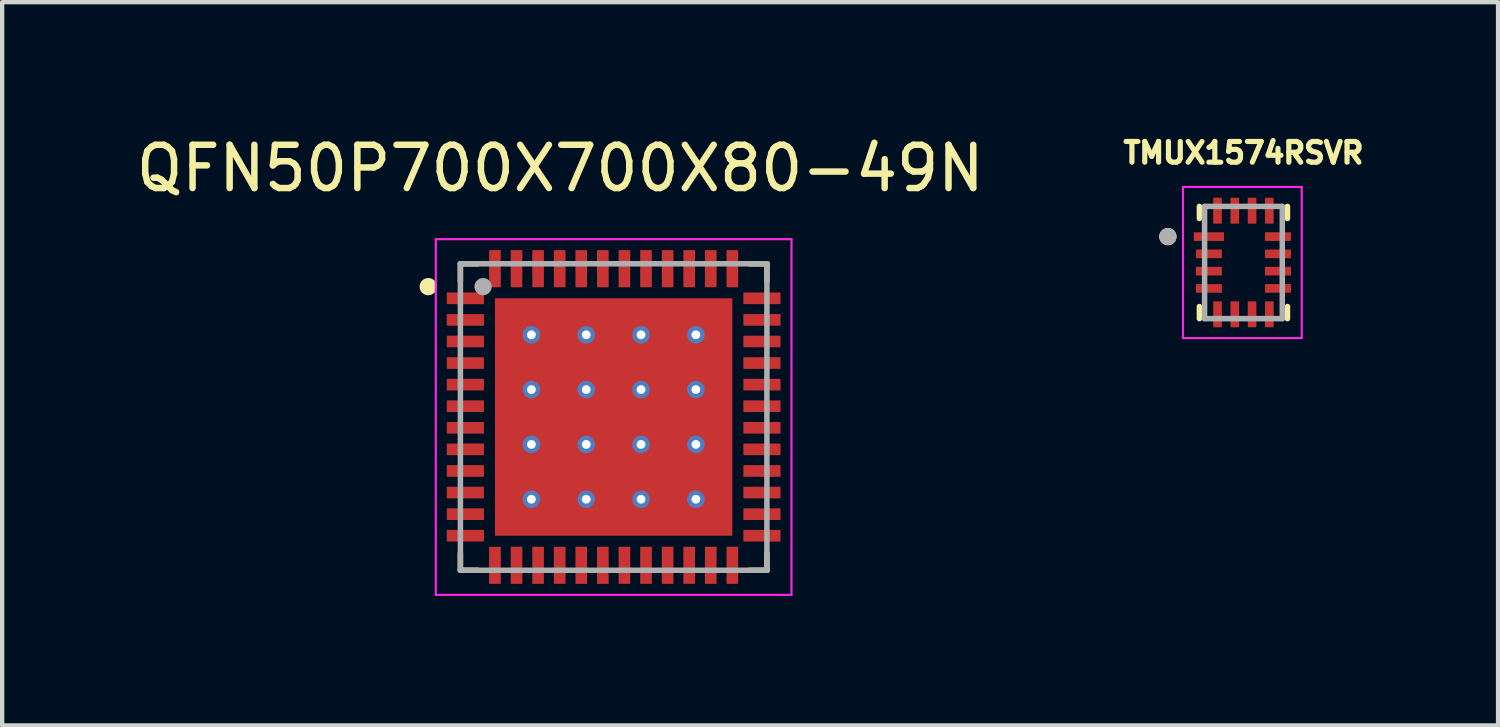
<source format=kicad_pcb>
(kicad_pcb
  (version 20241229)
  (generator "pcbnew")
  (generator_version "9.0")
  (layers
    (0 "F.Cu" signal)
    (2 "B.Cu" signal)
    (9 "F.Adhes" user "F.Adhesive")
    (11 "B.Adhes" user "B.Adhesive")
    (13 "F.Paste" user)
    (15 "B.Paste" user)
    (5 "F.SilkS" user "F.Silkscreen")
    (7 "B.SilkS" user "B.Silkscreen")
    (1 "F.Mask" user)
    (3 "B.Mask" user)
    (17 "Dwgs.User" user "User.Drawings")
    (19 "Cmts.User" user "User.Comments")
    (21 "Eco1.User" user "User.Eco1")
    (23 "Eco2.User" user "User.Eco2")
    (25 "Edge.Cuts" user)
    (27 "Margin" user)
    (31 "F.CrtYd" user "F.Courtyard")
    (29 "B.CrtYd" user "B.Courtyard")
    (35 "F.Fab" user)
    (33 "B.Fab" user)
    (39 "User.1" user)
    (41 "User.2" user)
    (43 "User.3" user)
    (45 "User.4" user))
  (footprint "TMUX1574RSVR"
    (layer "F.Cu")
    (at 25.754 3.031)
    (property "Reference" "TMUX1574RSVR" (at 0 -2.54 0) (layer "F.SilkS") (effects (font (size 0.48 0.48) (thickness 0.15))))
    (attr through_hole)
    (fp_line (start -1.02 -1.3) (end -1.02 -1.02) (stroke (width 0.127) (type solid)) (layer "F.SilkS"))
    (fp_line (start -1.02 1.02) (end -1.02 1.3) (stroke (width 0.127) (type solid)) (layer "F.SilkS"))
    (fp_line (start 1.02 -1.3) (end 1.02 -1.02) (stroke (width 0.127) (type solid)) (layer "F.SilkS"))
    (fp_line (start 1.02 1.02) (end 1.02 1.3) (stroke (width 0.127) (type solid)) (layer "F.SilkS"))
    (fp_circle (center -1.75 -0.6) (end -1.65 -0.6) (stroke (width 0.2) (type solid)) (fill no) (layer "F.SilkS"))
    (fp_line (start -1.4 -1.75) (end -1.4 1.75) (stroke (width 0.05) (type solid)) (layer "F.CrtYd"))
    (fp_line (start -1.4 1.75) (end 1.35 1.75) (stroke (width 0.05) (type solid)) (layer "F.CrtYd"))
    (fp_line (start 1.35 -1.75) (end -1.4 -1.75) (stroke (width 0.05) (type solid)) (layer "F.CrtYd"))
    (fp_line (start 1.35 1.75) (end 1.35 -1.75) (stroke (width 0.05) (type solid)) (layer "F.CrtYd"))
    (fp_line (start -0.9 1.3) (end -0.9 -1.3) (stroke (width 0.127) (type solid)) (layer "F.Fab"))
    (fp_line (start 0.9 -1.3) (end -0.9 -1.3) (stroke (width 0.127) (type solid)) (layer "F.Fab"))
    (fp_line (start 0.9 1.3) (end -0.9 1.3) (stroke (width 0.127) (type solid)) (layer "F.Fab"))
    (fp_line (start 0.9 1.3) (end 0.9 -1.3) (stroke (width 0.127) (type solid)) (layer "F.Fab"))
    (fp_circle (center -1.75 -0.6) (end -1.65 -0.6) (stroke (width 0.2) (type solid)) (fill no) (layer "F.Fab"))
    (pad "1" smd roundrect (at -0.8 -0.6) (size 0.7 0.2) (layers "F.Cu" "F.Mask" "F.Paste") (roundrect_rratio 0.03))
    (pad "2" smd roundrect (at -0.8 -0.2) (size 0.6 0.2) (layers "F.Cu" "F.Mask" "F.Paste") (roundrect_rratio 0.03))
    (pad "3" smd roundrect (at -0.8 0.2) (size 0.6 0.2) (layers "F.Cu" "F.Mask" "F.Paste") (roundrect_rratio 0.03))
    (pad "4" smd roundrect (at -0.8 0.6) (size 0.6 0.2) (layers "F.Cu" "F.Mask" "F.Paste") (roundrect_rratio 0.03))
    (pad "5" smd roundrect (at -0.6 1.2) (size 0.2 0.6) (layers "F.Cu" "F.Mask" "F.Paste") (roundrect_rratio 0.07))
    (pad "6" smd roundrect (at -0.2 1.2) (size 0.2 0.6) (layers "F.Cu" "F.Mask" "F.Paste") (roundrect_rratio 0.07))
    (pad "7" smd roundrect (at 0.2 1.2) (size 0.2 0.6) (layers "F.Cu" "F.Mask" "F.Paste") (roundrect_rratio 0.07))
    (pad "8" smd roundrect (at 0.6 1.2) (size 0.2 0.6) (layers "F.Cu" "F.Mask" "F.Paste") (roundrect_rratio 0.07))
    (pad "9" smd roundrect (at 0.8 0.6) (size 0.6 0.2) (layers "F.Cu" "F.Mask" "F.Paste") (roundrect_rratio 0.03))
    (pad "10" smd roundrect (at 0.8 0.2) (size 0.6 0.2) (layers "F.Cu" "F.Mask" "F.Paste") (roundrect_rratio 0.03))
    (pad "11" smd roundrect (at 0.8 -0.2) (size 0.6 0.2) (layers "F.Cu" "F.Mask" "F.Paste") (roundrect_rratio 0.03))
    (pad "12" smd roundrect (at 0.8 -0.6) (size 0.6 0.2) (layers "F.Cu" "F.Mask" "F.Paste") (roundrect_rratio 0.03))
    (pad "13" smd roundrect (at 0.6 -1.2) (size 0.2 0.6) (layers "F.Cu" "F.Mask" "F.Paste") (roundrect_rratio 0.07))
    (pad "14" smd roundrect (at 0.2 -1.2) (size 0.2 0.6) (layers "F.Cu" "F.Mask" "F.Paste") (roundrect_rratio 0.07))
    (pad "15" smd roundrect (at -0.2 -1.2) (size 0.2 0.6) (layers "F.Cu" "F.Mask" "F.Paste") (roundrect_rratio 0.07))
    (pad "16" smd roundrect (at -0.6 -1.2) (size 0.2 0.6) (layers "F.Cu" "F.Mask" "F.Paste") (roundrect_rratio 0.07)))
  (footprint "QFN50P700X700X80-49N"
    (layer "F.Cu")
    (at 11.165 6.61)
    (property "Reference" "QFN50P700X700X80-49N" (at -1.237 -5.76 0) (layer "F.SilkS") (effects (font (size 1.002 1.002) (thickness 0.15))))
    (attr through_hole)
    (fp_line (start -3.55 -3.55) (end -3.55 -3.15) (stroke (width 0.127) (type solid)) (layer "F.SilkS"))
    (fp_line (start -3.55 -3.55) (end -3.15 -3.55) (stroke (width 0.127) (type solid)) (layer "F.SilkS"))
    (fp_line (start -3.55 3.55) (end -3.55 3.15) (stroke (width 0.127) (type solid)) (layer "F.SilkS"))
    (fp_line (start -3.55 3.55) (end -3.15 3.55) (stroke (width 0.127) (type solid)) (layer "F.SilkS"))
    (fp_line (start 3.55 -3.55) (end 3.15 -3.55) (stroke (width 0.127) (type solid)) (layer "F.SilkS"))
    (fp_line (start 3.55 -3.55) (end 3.55 -3.15) (stroke (width 0.127) (type solid)) (layer "F.SilkS"))
    (fp_line (start 3.55 3.55) (end 3.15 3.55) (stroke (width 0.127) (type solid)) (layer "F.SilkS"))
    (fp_line (start 3.55 3.55) (end 3.55 3.15) (stroke (width 0.127) (type solid)) (layer "F.SilkS"))
    (fp_circle (center -4.295 -3.02) (end -4.195 -3.02) (stroke (width 0.2) (type solid)) (fill no) (layer "F.SilkS"))
    (fp_poly (pts (xy -2.402 0.36) (xy -0.36 0.36) (xy -0.36 2.402) (xy -2.402 2.402)) (stroke (width 0.01) (type solid)) (fill yes) (layer "F.Paste"))
    (fp_poly (pts (xy -2.401 -2.4) (xy -0.36 -2.4) (xy -0.36 -0.36) (xy -2.401 -0.36)) (stroke (width 0.01) (type solid)) (fill yes) (layer "F.Paste"))
    (fp_poly (pts (xy 0.36 0.36) (xy 2.4 0.36) (xy 2.4 2.402) (xy 0.36 2.402)) (stroke (width 0.01) (type solid)) (fill yes) (layer "F.Paste"))
    (fp_poly (pts (xy 0.361 -2.4) (xy 2.4 -2.4) (xy 2.4 -0.361) (xy 0.361 -0.361)) (stroke (width 0.01) (type solid)) (fill yes) (layer "F.Paste"))
    (fp_line (start -4.12 -4.12) (end 4.12 -4.12) (stroke (width 0.05) (type solid)) (layer "F.CrtYd"))
    (fp_line (start -4.12 4.12) (end -4.12 -4.12) (stroke (width 0.05) (type solid)) (layer "F.CrtYd"))
    (fp_line (start -4.12 4.12) (end 4.12 4.12) (stroke (width 0.05) (type solid)) (layer "F.CrtYd"))
    (fp_line (start 4.12 4.12) (end 4.12 -4.12) (stroke (width 0.05) (type solid)) (layer "F.CrtYd"))
    (fp_line (start -3.55 3.55) (end -3.55 -3.55) (stroke (width 0.127) (type solid)) (layer "F.Fab"))
    (fp_line (start 3.55 -3.55) (end -3.55 -3.55) (stroke (width 0.127) (type solid)) (layer "F.Fab"))
    (fp_line (start 3.55 3.55) (end -3.55 3.55) (stroke (width 0.127) (type solid)) (layer "F.Fab"))
    (fp_line (start 3.55 3.55) (end 3.55 -3.55) (stroke (width 0.127) (type solid)) (layer "F.Fab"))
    (fp_circle (center -3.025 -3.02) (end -2.925 -3.02) (stroke (width 0.2) (type solid)) (fill no) (layer "F.Fab"))
    (pad "" thru_hole circle (at -1.905 -1.905) (size 0.406 0.406) (drill 0.203) (layers "*.Cu" "*.Mask"))
    (pad "" thru_hole circle (at -1.905 -0.635) (size 0.406 0.406) (drill 0.203) (layers "*.Cu" "*.Mask"))
    (pad "" thru_hole circle (at -1.905 0.635) (size 0.406 0.406) (drill 0.203) (layers "*.Cu" "*.Mask"))
    (pad "" thru_hole circle (at -1.905 1.905) (size 0.406 0.406) (drill 0.203) (layers "*.Cu" "*.Mask"))
    (pad "" thru_hole circle (at -0.635 -1.905) (size 0.406 0.406) (drill 0.203) (layers "*.Cu" "*.Mask"))
    (pad "" thru_hole circle (at -0.635 -0.635) (size 0.406 0.406) (drill 0.203) (layers "*.Cu" "*.Mask"))
    (pad "" thru_hole circle (at -0.635 0.635) (size 0.406 0.406) (drill 0.203) (layers "*.Cu" "*.Mask"))
    (pad "" thru_hole circle (at -0.635 1.905) (size 0.406 0.406) (drill 0.203) (layers "*.Cu" "*.Mask"))
    (pad "" thru_hole circle (at 0.635 -1.905) (size 0.406 0.406) (drill 0.203) (layers "*.Cu" "*.Mask"))
    (pad "" thru_hole circle (at 0.635 -0.635) (size 0.406 0.406) (drill 0.203) (layers "*.Cu" "*.Mask"))
    (pad "" thru_hole circle (at 0.635 0.635) (size 0.406 0.406) (drill 0.203) (layers "*.Cu" "*.Mask"))
    (pad "" thru_hole circle (at 0.635 1.905) (size 0.406 0.406) (drill 0.203) (layers "*.Cu" "*.Mask"))
    (pad "" thru_hole circle (at 1.905 -1.905) (size 0.406 0.406) (drill 0.203) (layers "*.Cu" "*.Mask"))
    (pad "" thru_hole circle (at 1.905 -0.635) (size 0.406 0.406) (drill 0.203) (layers "*.Cu" "*.Mask"))
    (pad "" thru_hole circle (at 1.905 0.635) (size 0.406 0.406) (drill 0.203) (layers "*.Cu" "*.Mask"))
    (pad "" thru_hole circle (at 1.905 1.905) (size 0.406 0.406) (drill 0.203) (layers "*.Cu" "*.Mask"))
    (pad "1" smd roundrect (at -3.435 -2.75) (size 0.86 0.27) (layers "F.Cu" "F.Mask" "F.Paste") (roundrect_rratio 0.03))
    (pad "2" smd roundrect (at -3.435 -2.25) (size 0.86 0.27) (layers "F.Cu" "F.Mask" "F.Paste") (roundrect_rratio 0.03))
    (pad "3" smd roundrect (at -3.435 -1.75) (size 0.86 0.27) (layers "F.Cu" "F.Mask" "F.Paste") (roundrect_rratio 0.03))
    (pad "4" smd roundrect (at -3.435 -1.25) (size 0.86 0.27) (layers "F.Cu" "F.Mask" "F.Paste") (roundrect_rratio 0.03))
    (pad "5" smd roundrect (at -3.435 -0.75) (size 0.86 0.27) (layers "F.Cu" "F.Mask" "F.Paste") (roundrect_rratio 0.03))
    (pad "6" smd roundrect (at -3.435 -0.25) (size 0.86 0.27) (layers "F.Cu" "F.Mask" "F.Paste") (roundrect_rratio 0.03))
    (pad "7" smd roundrect (at -3.435 0.25) (size 0.86 0.27) (layers "F.Cu" "F.Mask" "F.Paste") (roundrect_rratio 0.03))
    (pad "8" smd roundrect (at -3.435 0.75) (size 0.86 0.27) (layers "F.Cu" "F.Mask" "F.Paste") (roundrect_rratio 0.03))
    (pad "9" smd roundrect (at -3.435 1.25) (size 0.86 0.27) (layers "F.Cu" "F.Mask" "F.Paste") (roundrect_rratio 0.03))
    (pad "10" smd roundrect (at -3.435 1.75) (size 0.86 0.27) (layers "F.Cu" "F.Mask" "F.Paste") (roundrect_rratio 0.03))
    (pad "11" smd roundrect (at -3.435 2.25) (size 0.86 0.27) (layers "F.Cu" "F.Mask" "F.Paste") (roundrect_rratio 0.03))
    (pad "12" smd roundrect (at -3.435 2.75) (size 0.86 0.27) (layers "F.Cu" "F.Mask" "F.Paste") (roundrect_rratio 0.03))
    (pad "13" smd roundrect (at -2.75 3.435 90) (size 0.86 0.27) (layers "F.Cu" "F.Mask" "F.Paste") (roundrect_rratio 0.03))
    (pad "14" smd roundrect (at -2.25 3.435 90) (size 0.86 0.27) (layers "F.Cu" "F.Mask" "F.Paste") (roundrect_rratio 0.03))
    (pad "15" smd roundrect (at -1.75 3.435 90) (size 0.86 0.27) (layers "F.Cu" "F.Mask" "F.Paste") (roundrect_rratio 0.03))
    (pad "16" smd roundrect (at -1.25 3.435 90) (size 0.86 0.27) (layers "F.Cu" "F.Mask" "F.Paste") (roundrect_rratio 0.03))
    (pad "17" smd roundrect (at -0.75 3.435 90) (size 0.86 0.27) (layers "F.Cu" "F.Mask" "F.Paste") (roundrect_rratio 0.03))
    (pad "18" smd roundrect (at -0.25 3.435 90) (size 0.86 0.27) (layers "F.Cu" "F.Mask" "F.Paste") (roundrect_rratio 0.03))
    (pad "19" smd roundrect (at 0.25 3.435 90) (size 0.86 0.27) (layers "F.Cu" "F.Mask" "F.Paste") (roundrect_rratio 0.03))
    (pad "20" smd roundrect (at 0.75 3.435 90) (size 0.86 0.27) (layers "F.Cu" "F.Mask" "F.Paste") (roundrect_rratio 0.03))
    (pad "21" smd roundrect (at 1.25 3.435 90) (size 0.86 0.27) (layers "F.Cu" "F.Mask" "F.Paste") (roundrect_rratio 0.03))
    (pad "22" smd roundrect (at 1.75 3.435 90) (size 0.86 0.27) (layers "F.Cu" "F.Mask" "F.Paste") (roundrect_rratio 0.03))
    (pad "23" smd roundrect (at 2.25 3.435 90) (size 0.86 0.27) (layers "F.Cu" "F.Mask" "F.Paste") (roundrect_rratio 0.03))
    (pad "24" smd roundrect (at 2.75 3.435 90) (size 0.86 0.27) (layers "F.Cu" "F.Mask" "F.Paste") (roundrect_rratio 0.03))
    (pad "25" smd roundrect (at 3.435 2.75) (size 0.86 0.27) (layers "F.Cu" "F.Mask" "F.Paste") (roundrect_rratio 0.03))
    (pad "26" smd roundrect (at 3.435 2.25) (size 0.86 0.27) (layers "F.Cu" "F.Mask" "F.Paste") (roundrect_rratio 0.03))
    (pad "27" smd roundrect (at 3.435 1.75) (size 0.86 0.27) (layers "F.Cu" "F.Mask" "F.Paste") (roundrect_rratio 0.03))
    (pad "28" smd roundrect (at 3.435 1.25) (size 0.86 0.27) (layers "F.Cu" "F.Mask" "F.Paste") (roundrect_rratio 0.03))
    (pad "29" smd roundrect (at 3.435 0.75) (size 0.86 0.27) (layers "F.Cu" "F.Mask" "F.Paste") (roundrect_rratio 0.03))
    (pad "30" smd roundrect (at 3.435 0.25) (size 0.86 0.27) (layers "F.Cu" "F.Mask" "F.Paste") (roundrect_rratio 0.03))
    (pad "31" smd roundrect (at 3.435 -0.25) (size 0.86 0.27) (layers "F.Cu" "F.Mask" "F.Paste") (roundrect_rratio 0.03))
    (pad "32" smd roundrect (at 3.435 -0.75) (size 0.86 0.27) (layers "F.Cu" "F.Mask" "F.Paste") (roundrect_rratio 0.03))
    (pad "33" smd roundrect (at 3.435 -1.25) (size 0.86 0.27) (layers "F.Cu" "F.Mask" "F.Paste") (roundrect_rratio 0.03))
    (pad "34" smd roundrect (at 3.435 -1.75) (size 0.86 0.27) (layers "F.Cu" "F.Mask" "F.Paste") (roundrect_rratio 0.03))
    (pad "35" smd roundrect (at 3.435 -2.25) (size 0.86 0.27) (layers "F.Cu" "F.Mask" "F.Paste") (roundrect_rratio 0.03))
    (pad "36" smd roundrect (at 3.435 -2.75) (size 0.86 0.27) (layers "F.Cu" "F.Mask" "F.Paste") (roundrect_rratio 0.03))
    (pad "37" smd roundrect (at 2.75 -3.435 90) (size 0.86 0.27) (layers "F.Cu" "F.Mask" "F.Paste") (roundrect_rratio 0.03))
    (pad "38" smd roundrect (at 2.25 -3.435 90) (size 0.86 0.27) (layers "F.Cu" "F.Mask" "F.Paste") (roundrect_rratio 0.03))
    (pad "39" smd roundrect (at 1.75 -3.435 90) (size 0.86 0.27) (layers "F.Cu" "F.Mask" "F.Paste") (roundrect_rratio 0.03))
    (pad "40" smd roundrect (at 1.25 -3.435 90) (size 0.86 0.27) (layers "F.Cu" "F.Mask" "F.Paste") (roundrect_rratio 0.03))
    (pad "41" smd roundrect (at 0.75 -3.435 90) (size 0.86 0.27) (layers "F.Cu" "F.Mask" "F.Paste") (roundrect_rratio 0.03))
    (pad "42" smd roundrect (at 0.25 -3.435 90) (size 0.86 0.27) (layers "F.Cu" "F.Mask" "F.Paste") (roundrect_rratio 0.03))
    (pad "43" smd roundrect (at -0.25 -3.435 90) (size 0.86 0.27) (layers "F.Cu" "F.Mask" "F.Paste") (roundrect_rratio 0.03))
    (pad "44" smd roundrect (at -0.75 -3.435 90) (size 0.86 0.27) (layers "F.Cu" "F.Mask" "F.Paste") (roundrect_rratio 0.03))
    (pad "45" smd roundrect (at -1.25 -3.435 90) (size 0.86 0.27) (layers "F.Cu" "F.Mask" "F.Paste") (roundrect_rratio 0.03))
    (pad "46" smd roundrect (at -1.75 -3.435 90) (size 0.86 0.27) (layers "F.Cu" "F.Mask" "F.Paste") (roundrect_rratio 0.03))
    (pad "47" smd roundrect (at -2.25 -3.435 90) (size 0.86 0.27) (layers "F.Cu" "F.Mask" "F.Paste") (roundrect_rratio 0.03))
    (pad "48" smd roundrect (at -2.75 -3.435 90) (size 0.86 0.27) (layers "F.Cu" "F.Mask" "F.Paste") (roundrect_rratio 0.03))
    (pad "49" smd rect (at 0 0) (size 5.5 5.5) (layers "F.Cu" "F.Mask")))
  (gr_rect
    (start -3 -3)
    (end 31.652 13.755)
    (stroke (width 0.1) (type default))
    (fill no)
    (layer "Edge.Cuts")))
</source>
